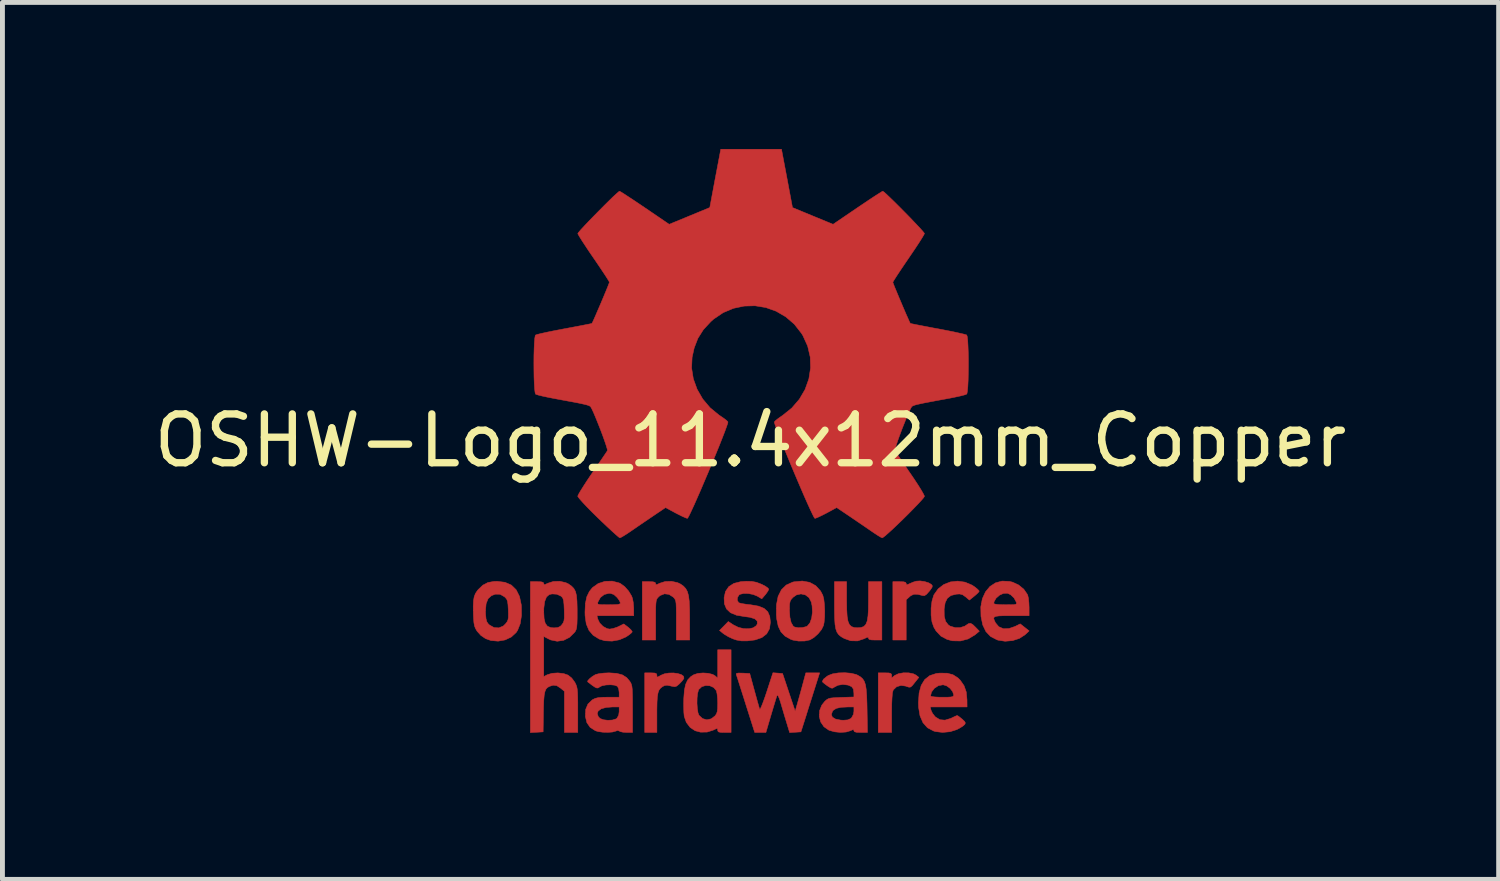
<source format=kicad_pcb>
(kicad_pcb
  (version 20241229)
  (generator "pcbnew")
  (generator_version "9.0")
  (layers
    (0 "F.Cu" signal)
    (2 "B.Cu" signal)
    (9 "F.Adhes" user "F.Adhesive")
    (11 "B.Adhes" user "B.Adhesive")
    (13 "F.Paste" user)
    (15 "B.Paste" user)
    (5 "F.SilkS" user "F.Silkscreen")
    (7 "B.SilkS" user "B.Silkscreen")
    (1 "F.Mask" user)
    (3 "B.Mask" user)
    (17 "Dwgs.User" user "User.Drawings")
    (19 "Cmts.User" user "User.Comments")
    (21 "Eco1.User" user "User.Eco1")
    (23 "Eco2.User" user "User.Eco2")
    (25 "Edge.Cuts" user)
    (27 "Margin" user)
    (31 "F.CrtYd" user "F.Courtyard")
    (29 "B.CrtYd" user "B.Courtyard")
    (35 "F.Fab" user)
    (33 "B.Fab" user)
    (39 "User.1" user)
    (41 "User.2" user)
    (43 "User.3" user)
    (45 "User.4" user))
  (footprint "OSHW-Logo_11.4x12mm_Copper"
    (layer "F.Cu")
    (at 12.315 5.969)
    (property "Reference" "OSHW-Logo_11.4x12mm_Copper" (at 0 0 0) (layer "F.SilkS") (effects (font (size 1 1) (thickness 0.15))))
    (attr exclude_from_pos_files exclude_from_bom)
    (fp_poly (pts (xy 3.564 2.887) (xy 3.649 2.914) (xy 3.704 2.947) (xy 3.722 2.973) (xy 3.717 3.004) (xy 3.685 3.053) (xy 3.658 3.087) (xy 3.602 3.149) (xy 3.56 3.176) (xy 3.524 3.174) (xy 3.418 3.147) (xy 3.34 3.148) (xy 3.277 3.179) (xy 3.256 3.197) (xy 3.187 3.26) (xy 3.187 4.084) (xy 2.914 4.084) (xy 2.914 2.889) (xy 3.05 2.889) (xy 3.133 2.892) (xy 3.175 2.903) (xy 3.187 2.926) (xy 3.187 2.927) (xy 3.193 2.95) (xy 3.22 2.947) (xy 3.256 2.93) (xy 3.331 2.898) (xy 3.392 2.879) (xy 3.471 2.874) (xy 3.564 2.887)) (stroke (width 0.01) (type solid)) (fill yes) (layer "F.Cu"))
    (fp_poly (pts (xy 3.238 4.756) (xy 3.334 4.775) (xy 3.389 4.803) (xy 3.446 4.849) (xy 3.364 4.952) (xy 3.314 5.014) (xy 3.28 5.045) (xy 3.246 5.05) (xy 3.196 5.035) (xy 3.173 5.026) (xy 3.078 5.014) (xy 2.991 5.04) (xy 2.927 5.101) (xy 2.917 5.12) (xy 2.905 5.171) (xy 2.897 5.266) (xy 2.891 5.396) (xy 2.889 5.556) (xy 2.889 5.579) (xy 2.889 5.976) (xy 2.615 5.976) (xy 2.615 4.756) (xy 2.752 4.756) (xy 2.831 4.758) (xy 2.872 4.768) (xy 2.887 4.788) (xy 2.889 4.808) (xy 2.889 4.859) (xy 2.954 4.808) (xy 3.029 4.773) (xy 3.131 4.755) (xy 3.238 4.756)) (stroke (width 0.01) (type solid)) (fill yes) (layer "F.Cu"))
    (fp_poly (pts (xy -1.967 4.759) (xy -1.93 4.77) (xy -1.918 4.795) (xy -1.917 4.806) (xy -1.915 4.837) (xy -1.9 4.841) (xy -1.86 4.82) (xy -1.837 4.806) (xy -1.761 4.775) (xy -1.672 4.76) (xy -1.577 4.758) (xy -1.489 4.77) (xy -1.417 4.792) (xy -1.372 4.824) (xy -1.363 4.865) (xy -1.367 4.875) (xy -1.4 4.921) (xy -1.452 4.976) (xy -1.461 4.985) (xy -1.51 5.026) (xy -1.552 5.04) (xy -1.611 5.03) (xy -1.635 5.024) (xy -1.708 5.009) (xy -1.76 5.016) (xy -1.804 5.039) (xy -1.844 5.071) (xy -1.874 5.111) (xy -1.894 5.166) (xy -1.907 5.245) (xy -1.914 5.355) (xy -1.917 5.503) (xy -1.917 5.592) (xy -1.917 5.976) (xy -2.166 5.976) (xy -2.166 4.756) (xy -2.042 4.756) (xy -1.967 4.759)) (stroke (width 0.01) (type solid)) (fill yes) (layer "F.Cu"))
    (fp_poly (pts (xy 1.967 3.276) (xy 1.97 3.459) (xy 1.978 3.598) (xy 1.995 3.698) (xy 2.023 3.766) (xy 2.065 3.808) (xy 2.121 3.828) (xy 2.191 3.833) (xy 2.265 3.827) (xy 2.321 3.806) (xy 2.361 3.763) (xy 2.389 3.694) (xy 2.405 3.591) (xy 2.413 3.451) (xy 2.415 3.276) (xy 2.415 2.889) (xy 2.689 2.889) (xy 2.689 4.084) (xy 2.552 4.084) (xy 2.47 4.081) (xy 2.427 4.069) (xy 2.415 4.047) (xy 2.408 4.027) (xy 2.38 4.031) (xy 2.322 4.059) (xy 2.191 4.102) (xy 2.051 4.099) (xy 1.918 4.052) (xy 1.854 4.015) (xy 1.806 3.975) (xy 1.77 3.924) (xy 1.746 3.857) (xy 1.73 3.765) (xy 1.722 3.642) (xy 1.719 3.481) (xy 1.718 3.356) (xy 1.718 2.889) (xy 1.967 2.889) (xy 1.967 3.276)) (stroke (width 0.01) (type solid)) (fill yes) (layer "F.Cu"))
    (fp_poly (pts (xy -1.493 2.909) (xy -1.431 2.939) (xy -1.371 2.982) (xy -1.326 3.031) (xy -1.292 3.094) (xy -1.269 3.177) (xy -1.255 3.288) (xy -1.248 3.434) (xy -1.246 3.622) (xy -1.246 3.642) (xy -1.245 4.084) (xy -1.519 4.084) (xy -1.519 3.676) (xy -1.519 3.525) (xy -1.521 3.416) (xy -1.524 3.34) (xy -1.531 3.289) (xy -1.543 3.255) (xy -1.56 3.229) (xy -1.585 3.203) (xy -1.67 3.149) (xy -1.762 3.138) (xy -1.851 3.173) (xy -1.881 3.199) (xy -1.904 3.223) (xy -1.92 3.249) (xy -1.931 3.285) (xy -1.937 3.339) (xy -1.941 3.418) (xy -1.942 3.533) (xy -1.942 3.672) (xy -1.942 4.084) (xy -2.216 4.084) (xy -2.216 2.889) (xy -2.079 2.889) (xy -1.997 2.892) (xy -1.955 2.903) (xy -1.942 2.926) (xy -1.942 2.927) (xy -1.937 2.949) (xy -1.911 2.946) (xy -1.861 2.922) (xy -1.748 2.886) (xy -1.618 2.882) (xy -1.493 2.909)) (stroke (width 0.01) (type solid)) (fill yes) (layer "F.Cu"))
    (fp_poly (pts (xy 4.391 2.899) (xy 4.535 2.96) (xy 4.581 2.99) (xy 4.639 3.036) (xy 4.675 3.072) (xy 4.682 3.084) (xy 4.664 3.11) (xy 4.618 3.154) (xy 4.581 3.185) (xy 4.481 3.266) (xy 4.402 3.199) (xy 4.341 3.156) (xy 4.281 3.141) (xy 4.213 3.145) (xy 4.104 3.172) (xy 4.03 3.228) (xy 3.985 3.318) (xy 3.964 3.448) (xy 3.964 3.449) (xy 3.966 3.594) (xy 3.993 3.701) (xy 4.049 3.774) (xy 4.086 3.799) (xy 4.186 3.829) (xy 4.293 3.829) (xy 4.386 3.8) (xy 4.408 3.785) (xy 4.463 3.748) (xy 4.506 3.742) (xy 4.552 3.769) (xy 4.604 3.819) (xy 4.685 3.903) (xy 4.595 3.978) (xy 4.455 4.062) (xy 4.298 4.103) (xy 4.134 4.1) (xy 4.026 4.072) (xy 3.899 4.005) (xy 3.798 3.898) (xy 3.753 3.822) (xy 3.715 3.714) (xy 3.697 3.577) (xy 3.697 3.429) (xy 3.715 3.286) (xy 3.751 3.167) (xy 3.757 3.155) (xy 3.842 3.035) (xy 3.957 2.947) (xy 4.093 2.894) (xy 4.24 2.878) (xy 4.391 2.899)) (stroke (width 0.01) (type solid)) (fill yes) (layer "F.Cu"))
    (fp_poly (pts (xy 1.21 2.903) (xy 1.336 2.972) (xy 1.434 3.08) (xy 1.48 3.168) (xy 1.5 3.246) (xy 1.513 3.357) (xy 1.519 3.485) (xy 1.517 3.613) (xy 1.506 3.726) (xy 1.494 3.786) (xy 1.454 3.868) (xy 1.383 3.956) (xy 1.298 4.032) (xy 1.214 4.082) (xy 1.212 4.082) (xy 1.108 4.104) (xy 0.985 4.105) (xy 0.867 4.085) (xy 0.822 4.069) (xy 0.705 4.003) (xy 0.622 3.916) (xy 0.567 3.801) (xy 0.536 3.651) (xy 0.529 3.572) (xy 0.53 3.473) (xy 0.797 3.473) (xy 0.806 3.618) (xy 0.832 3.728) (xy 0.873 3.798) (xy 0.902 3.818) (xy 0.977 3.832) (xy 1.066 3.828) (xy 1.144 3.808) (xy 1.164 3.797) (xy 1.217 3.732) (xy 1.252 3.633) (xy 1.267 3.513) (xy 1.26 3.383) (xy 1.244 3.306) (xy 1.197 3.216) (xy 1.123 3.16) (xy 1.033 3.14) (xy 0.941 3.16) (xy 0.87 3.21) (xy 0.832 3.252) (xy 0.811 3.292) (xy 0.8 3.347) (xy 0.797 3.432) (xy 0.797 3.473) (xy 0.53 3.473) (xy 0.531 3.362) (xy 0.565 3.189) (xy 0.632 3.055) (xy 0.731 2.958) (xy 0.862 2.899) (xy 0.89 2.892) (xy 1.06 2.876) (xy 1.21 2.903)) (stroke (width 0.01) (type solid)) (fill yes) (layer "F.Cu"))
    (fp_poly (pts (xy 0.558 4.761) (xy 0.656 4.769) (xy 0.785 5.155) (xy 0.914 5.541) (xy 0.954 5.404) (xy 0.978 5.319) (xy 1.01 5.205) (xy 1.045 5.079) (xy 1.063 5.012) (xy 1.132 4.756) (xy 1.415 4.756) (xy 1.33 5.024) (xy 1.288 5.156) (xy 1.238 5.314) (xy 1.185 5.48) (xy 1.139 5.628) (xy 1.032 5.964) (xy 0.801 5.979) (xy 0.738 5.772) (xy 0.699 5.644) (xy 0.657 5.502) (xy 0.62 5.377) (xy 0.619 5.372) (xy 0.592 5.288) (xy 0.567 5.23) (xy 0.55 5.208) (xy 0.547 5.21) (xy 0.534 5.244) (xy 0.511 5.317) (xy 0.48 5.419) (xy 0.443 5.542) (xy 0.423 5.609) (xy 0.315 5.976) (xy 0.086 5.976) (xy -0.098 5.397) (xy -0.149 5.235) (xy -0.196 5.088) (xy -0.236 4.962) (xy -0.267 4.865) (xy -0.287 4.804) (xy -0.293 4.786) (xy -0.288 4.768) (xy -0.251 4.76) (xy -0.173 4.761) (xy -0.16 4.761) (xy -0.016 4.769) (xy 0.079 5.117) (xy 0.114 5.244) (xy 0.145 5.356) (xy 0.17 5.443) (xy 0.185 5.495) (xy 0.188 5.503) (xy 0.2 5.494) (xy 0.224 5.443) (xy 0.257 5.359) (xy 0.297 5.248) (xy 0.331 5.147) (xy 0.459 4.754) (xy 0.558 4.761)) (stroke (width 0.01) (type solid)) (fill yes) (layer "F.Cu"))
    (fp_poly (pts (xy -5.027 2.902) (xy -4.896 2.959) (xy -4.798 3.055) (xy -4.73 3.19) (xy -4.693 3.364) (xy -4.691 3.391) (xy -4.689 3.582) (xy -4.715 3.75) (xy -4.769 3.886) (xy -4.798 3.93) (xy -4.898 4.022) (xy -5.025 4.082) (xy -5.168 4.107) (xy -5.314 4.094) (xy -5.424 4.055) (xy -5.52 3.99) (xy -5.597 3.904) (xy -5.599 3.902) (xy -5.63 3.849) (xy -5.651 3.795) (xy -5.663 3.728) (xy -5.671 3.633) (xy -5.674 3.555) (xy -5.675 3.484) (xy -5.426 3.484) (xy -5.424 3.554) (xy -5.415 3.648) (xy -5.399 3.708) (xy -5.371 3.751) (xy -5.345 3.776) (xy -5.252 3.828) (xy -5.154 3.835) (xy -5.063 3.798) (xy -5.018 3.755) (xy -4.985 3.713) (xy -4.966 3.672) (xy -4.957 3.619) (xy -4.957 3.54) (xy -4.959 3.467) (xy -4.965 3.363) (xy -4.974 3.295) (xy -4.99 3.251) (xy -5.017 3.217) (xy -5.038 3.198) (xy -5.127 3.147) (xy -5.223 3.145) (xy -5.303 3.175) (xy -5.372 3.237) (xy -5.413 3.34) (xy -5.426 3.484) (xy -5.675 3.484) (xy -5.677 3.4) (xy -5.672 3.284) (xy -5.657 3.196) (xy -5.63 3.128) (xy -5.588 3.067) (xy -5.573 3.049) (xy -5.478 2.959) (xy -5.375 2.906) (xy -5.25 2.884) (xy -5.189 2.882) (xy -5.027 2.902)) (stroke (width 0.01) (type solid)) (fill yes) (layer "F.Cu"))
    (fp_poly (pts (xy -0.398 5.976) (xy -0.535 5.976) (xy -0.615 5.974) (xy -0.656 5.964) (xy -0.671 5.944) (xy -0.672 5.929) (xy -0.675 5.901) (xy -0.691 5.895) (xy -0.732 5.913) (xy -0.765 5.929) (xy -0.889 5.968) (xy -1.024 5.97) (xy -1.134 5.941) (xy -1.237 5.872) (xy -1.315 5.769) (xy -1.357 5.647) (xy -1.358 5.64) (xy -1.365 5.566) (xy -1.368 5.46) (xy -1.368 5.379) (xy -1.096 5.379) (xy -1.089 5.486) (xy -1.075 5.574) (xy -1.056 5.624) (xy -0.982 5.692) (xy -0.895 5.717) (xy -0.805 5.697) (xy -0.728 5.638) (xy -0.699 5.598) (xy -0.682 5.551) (xy -0.674 5.482) (xy -0.672 5.379) (xy -0.676 5.276) (xy -0.685 5.186) (xy -0.698 5.126) (xy -0.7 5.12) (xy -0.754 5.056) (xy -0.831 5.021) (xy -0.918 5.015) (xy -0.998 5.039) (xy -1.058 5.095) (xy -1.064 5.106) (xy -1.083 5.173) (xy -1.094 5.269) (xy -1.096 5.379) (xy -1.368 5.379) (xy -1.368 5.338) (xy -1.366 5.273) (xy -1.354 5.111) (xy -1.328 4.99) (xy -1.286 4.9) (xy -1.224 4.834) (xy -1.163 4.795) (xy -1.078 4.767) (xy -0.972 4.758) (xy -0.864 4.765) (xy -0.772 4.789) (xy -0.723 4.818) (xy -0.672 4.864) (xy -0.672 4.283) (xy -0.398 4.283) (xy -0.398 5.976)) (stroke (width 0.01) (type solid)) (fill yes) (layer "F.Cu"))
    (fp_poly (pts (xy 5.303 2.884) (xy 5.367 2.9) (xy 5.489 2.957) (xy 5.594 3.043) (xy 5.666 3.147) (xy 5.676 3.17) (xy 5.69 3.231) (xy 5.699 3.322) (xy 5.703 3.413) (xy 5.703 3.586) (xy 5.341 3.586) (xy 5.193 3.586) (xy 5.088 3.59) (xy 5.021 3.599) (xy 4.987 3.616) (xy 4.979 3.643) (xy 4.992 3.684) (xy 5.016 3.732) (xy 5.082 3.811) (xy 5.174 3.851) (xy 5.286 3.85) (xy 5.412 3.807) (xy 5.522 3.753) (xy 5.613 3.825) (xy 5.704 3.897) (xy 5.619 3.976) (xy 5.504 4.051) (xy 5.364 4.096) (xy 5.212 4.109) (xy 5.066 4.086) (xy 5.043 4.078) (xy 4.914 4.011) (xy 4.819 3.911) (xy 4.754 3.775) (xy 4.718 3.6) (xy 4.718 3.597) (xy 4.714 3.406) (xy 4.727 3.338) (xy 4.98 3.338) (xy 5.004 3.348) (xy 5.067 3.357) (xy 5.16 3.361) (xy 5.219 3.362) (xy 5.329 3.361) (xy 5.397 3.359) (xy 5.433 3.351) (xy 5.446 3.337) (xy 5.443 3.315) (xy 5.44 3.306) (xy 5.395 3.223) (xy 5.325 3.156) (xy 5.263 3.127) (xy 5.181 3.128) (xy 5.098 3.165) (xy 5.028 3.226) (xy 4.986 3.299) (xy 4.98 3.338) (xy 4.727 3.338) (xy 4.746 3.238) (xy 4.81 3.098) (xy 4.901 2.988) (xy 5.016 2.913) (xy 5.151 2.877) (xy 5.303 2.884)) (stroke (width 0.01) (type solid)) (fill yes) (layer "F.Cu"))
    (fp_poly (pts (xy 0.028 2.884) (xy 0.122 2.902) (xy 0.22 2.94) (xy 0.23 2.944) (xy 0.305 2.983) (xy 0.356 3.02) (xy 0.373 3.043) (xy 0.357 3.081) (xy 0.318 3.137) (xy 0.301 3.158) (xy 0.231 3.24) (xy 0.14 3.186) (xy 0.054 3.151) (xy -0.045 3.132) (xy -0.141 3.13) (xy -0.215 3.148) (xy -0.233 3.159) (xy -0.266 3.211) (xy -0.271 3.27) (xy -0.245 3.316) (xy -0.23 3.324) (xy -0.186 3.336) (xy -0.107 3.349) (xy -0.01 3.361) (xy 0.008 3.363) (xy 0.164 3.39) (xy 0.278 3.436) (xy 0.353 3.505) (xy 0.394 3.601) (xy 0.407 3.719) (xy 0.389 3.852) (xy 0.331 3.957) (xy 0.232 4.034) (xy 0.093 4.082) (xy -0.062 4.101) (xy -0.189 4.101) (xy -0.291 4.083) (xy -0.361 4.059) (xy -0.45 4.018) (xy -0.531 3.97) (xy -0.56 3.949) (xy -0.635 3.888) (xy -0.545 3.797) (xy -0.455 3.705) (xy -0.352 3.773) (xy -0.25 3.824) (xy -0.14 3.851) (xy -0.034 3.853) (xy 0.056 3.833) (xy 0.119 3.789) (xy 0.139 3.753) (xy 0.136 3.694) (xy 0.085 3.649) (xy -0.013 3.618) (xy -0.121 3.604) (xy -0.287 3.576) (xy -0.41 3.525) (xy -0.492 3.447) (xy -0.535 3.343) (xy -0.541 3.218) (xy -0.512 3.089) (xy -0.445 2.991) (xy -0.34 2.924) (xy -0.196 2.888) (xy -0.089 2.881) (xy 0.028 2.884)) (stroke (width 0.01) (type solid)) (fill yes) (layer "F.Cu"))
    (fp_poly (pts (xy 4.025 4.763) (xy 4.144 4.794) (xy 4.244 4.858) (xy 4.292 4.905) (xy 4.371 5.018) (xy 4.417 5.149) (xy 4.432 5.31) (xy 4.432 5.323) (xy 4.433 5.454) (xy 3.68 5.454) (xy 3.696 5.522) (xy 3.725 5.584) (xy 3.776 5.649) (xy 3.786 5.659) (xy 3.877 5.715) (xy 3.981 5.724) (xy 4.101 5.688) (xy 4.121 5.678) (xy 4.183 5.648) (xy 4.225 5.63) (xy 4.232 5.629) (xy 4.258 5.644) (xy 4.306 5.682) (xy 4.331 5.702) (xy 4.382 5.75) (xy 4.398 5.781) (xy 4.387 5.81) (xy 4.38 5.817) (xy 4.338 5.852) (xy 4.269 5.894) (xy 4.221 5.918) (xy 4.084 5.961) (xy 3.932 5.975) (xy 3.788 5.958) (xy 3.748 5.946) (xy 3.623 5.88) (xy 3.531 5.777) (xy 3.47 5.637) (xy 3.44 5.459) (xy 3.437 5.366) (xy 3.447 5.231) (xy 3.685 5.231) (xy 3.709 5.241) (xy 3.771 5.249) (xy 3.861 5.254) (xy 3.922 5.254) (xy 4.032 5.254) (xy 4.101 5.25) (xy 4.14 5.242) (xy 4.156 5.227) (xy 4.159 5.205) (xy 4.137 5.138) (xy 4.084 5.072) (xy 4.013 5.021) (xy 3.942 5) (xy 3.846 5.018) (xy 3.763 5.072) (xy 3.705 5.149) (xy 3.685 5.231) (xy 3.447 5.231) (xy 3.451 5.169) (xy 3.494 5.012) (xy 3.566 4.894) (xy 3.668 4.813) (xy 3.802 4.769) (xy 3.875 4.761) (xy 4.025 4.763)) (stroke (width 0.01) (type solid)) (fill yes) (layer "F.Cu"))
    (fp_poly (pts (xy -2.687 2.916) (xy -2.662 2.928) (xy -2.576 2.991) (xy -2.495 3.083) (xy -2.434 3.184) (xy -2.417 3.23) (xy -2.401 3.313) (xy -2.392 3.414) (xy -2.391 3.455) (xy -2.391 3.586) (xy -3.143 3.586) (xy -3.127 3.654) (xy -3.088 3.735) (xy -3.019 3.805) (xy -2.937 3.85) (xy -2.885 3.86) (xy -2.814 3.848) (xy -2.73 3.82) (xy -2.701 3.807) (xy -2.595 3.754) (xy -2.504 3.823) (xy -2.452 3.87) (xy -2.424 3.908) (xy -2.423 3.919) (xy -2.448 3.947) (xy -2.502 3.989) (xy -2.551 4.021) (xy -2.685 4.079) (xy -2.834 4.106) (xy -2.982 4.099) (xy -3.1 4.063) (xy -3.222 3.986) (xy -3.308 3.885) (xy -3.363 3.754) (xy -3.387 3.587) (xy -3.389 3.511) (xy -3.381 3.337) (xy -3.38 3.332) (xy -3.13 3.332) (xy -3.123 3.348) (xy -3.095 3.357) (xy -3.037 3.361) (xy -2.94 3.362) (xy -2.903 3.362) (xy -2.789 3.36) (xy -2.717 3.356) (xy -2.679 3.346) (xy -2.665 3.33) (xy -2.665 3.325) (xy -2.68 3.284) (xy -2.719 3.228) (xy -2.736 3.208) (xy -2.798 3.152) (xy -2.864 3.13) (xy -2.899 3.128) (xy -2.993 3.151) (xy -3.073 3.213) (xy -3.123 3.303) (xy -3.124 3.306) (xy -3.13 3.332) (xy -3.38 3.332) (xy -3.352 3.199) (xy -3.299 3.089) (xy -3.236 3.011) (xy -3.118 2.927) (xy -2.979 2.882) (xy -2.831 2.878) (xy -2.687 2.916)) (stroke (width 0.01) (type solid)) (fill yes) (layer "F.Cu"))
    (fp_poly (pts (xy 2.056 4.764) (xy 2.161 4.789) (xy 2.192 4.803) (xy 2.251 4.838) (xy 2.296 4.878) (xy 2.329 4.929) (xy 2.353 4.999) (xy 2.368 5.093) (xy 2.378 5.22) (xy 2.384 5.386) (xy 2.386 5.497) (xy 2.394 5.976) (xy 2.256 5.976) (xy 2.171 5.973) (xy 2.128 5.961) (xy 2.117 5.941) (xy 2.111 5.919) (xy 2.084 5.923) (xy 2.048 5.94) (xy 1.958 5.967) (xy 1.842 5.975) (xy 1.72 5.963) (xy 1.611 5.932) (xy 1.602 5.928) (xy 1.503 5.859) (xy 1.437 5.762) (xy 1.407 5.649) (xy 1.41 5.608) (xy 1.655 5.608) (xy 1.676 5.663) (xy 1.74 5.702) (xy 1.844 5.723) (xy 1.899 5.726) (xy 1.991 5.719) (xy 2.052 5.691) (xy 2.067 5.678) (xy 2.107 5.606) (xy 2.117 5.541) (xy 2.117 5.454) (xy 1.995 5.454) (xy 1.854 5.461) (xy 1.755 5.483) (xy 1.693 5.523) (xy 1.679 5.541) (xy 1.655 5.608) (xy 1.41 5.608) (xy 1.414 5.53) (xy 1.459 5.417) (xy 1.52 5.34) (xy 1.557 5.307) (xy 1.594 5.285) (xy 1.641 5.272) (xy 1.711 5.265) (xy 1.815 5.26) (xy 1.857 5.258) (xy 2.117 5.25) (xy 2.116 5.171) (xy 2.106 5.088) (xy 2.07 5.038) (xy 1.996 5.006) (xy 1.994 5.006) (xy 1.89 4.993) (xy 1.788 5.01) (xy 1.712 5.05) (xy 1.682 5.069) (xy 1.649 5.067) (xy 1.599 5.038) (xy 1.569 5.018) (xy 1.511 4.975) (xy 1.475 4.943) (xy 1.47 4.933) (xy 1.493 4.886) (xy 1.563 4.829) (xy 1.594 4.809) (xy 1.681 4.776) (xy 1.799 4.757) (xy 1.93 4.753) (xy 2.056 4.764)) (stroke (width 0.01) (type solid)) (fill yes) (layer "F.Cu"))
    (fp_poly (pts (xy -2.741 4.766) (xy -2.624 4.797) (xy -2.535 4.854) (xy -2.472 4.928) (xy -2.452 4.96) (xy -2.438 4.993) (xy -2.428 5.035) (xy -2.421 5.095) (xy -2.418 5.179) (xy -2.416 5.296) (xy -2.416 5.453) (xy -2.415 5.495) (xy -2.415 5.976) (xy -2.535 5.976) (xy -2.611 5.971) (xy -2.668 5.958) (xy -2.682 5.949) (xy -2.72 5.935) (xy -2.76 5.949) (xy -2.825 5.967) (xy -2.919 5.974) (xy -3.024 5.971) (xy -3.119 5.958) (xy -3.175 5.941) (xy -3.283 5.872) (xy -3.35 5.776) (xy -3.381 5.648) (xy -3.381 5.645) (xy -3.378 5.588) (xy -3.138 5.588) (xy -3.117 5.652) (xy -3.082 5.689) (xy -3.013 5.716) (xy -2.923 5.727) (xy -2.83 5.722) (xy -2.756 5.7) (xy -2.735 5.686) (xy -2.699 5.622) (xy -2.689 5.549) (xy -2.689 5.454) (xy -2.827 5.454) (xy -2.958 5.464) (xy -3.057 5.492) (xy -3.119 5.537) (xy -3.138 5.588) (xy -3.378 5.588) (xy -3.375 5.505) (xy -3.328 5.394) (xy -3.242 5.311) (xy -3.23 5.303) (xy -3.178 5.278) (xy -3.115 5.263) (xy -3.026 5.256) (xy -2.92 5.254) (xy -2.689 5.254) (xy -2.689 5.158) (xy -2.699 5.083) (xy -2.724 5.033) (xy -2.727 5.03) (xy -2.783 5.008) (xy -2.866 5) (xy -2.959 5.004) (xy -3.041 5.02) (xy -3.089 5.044) (xy -3.116 5.063) (xy -3.143 5.067) (xy -3.182 5.051) (xy -3.24 5.012) (xy -3.327 4.945) (xy -3.335 4.939) (xy -3.331 4.916) (xy -3.296 4.877) (xy -3.245 4.835) (xy -3.188 4.799) (xy -3.17 4.79) (xy -3.104 4.773) (xy -3.008 4.761) (xy -2.901 4.756) (xy -2.896 4.756) (xy -2.741 4.766)) (stroke (width 0.01) (type solid)) (fill yes) (layer "F.Cu"))
    (fp_poly (pts (xy -3.78 2.91) (xy -3.728 2.935) (xy -3.663 2.981) (xy -3.616 3.03) (xy -3.583 3.092) (xy -3.563 3.175) (xy -3.553 3.288) (xy -3.549 3.438) (xy -3.549 3.503) (xy -3.549 3.645) (xy -3.552 3.747) (xy -3.558 3.817) (xy -3.568 3.865) (xy -3.584 3.901) (xy -3.6 3.925) (xy -3.704 4.028) (xy -3.826 4.09) (xy -3.958 4.109) (xy -4.091 4.082) (xy -4.133 4.062) (xy -4.233 4.01) (xy -4.233 4.832) (xy -4.16 4.794) (xy -4.063 4.765) (xy -3.944 4.757) (xy -3.825 4.771) (xy -3.736 4.802) (xy -3.661 4.862) (xy -3.598 4.947) (xy -3.593 4.956) (xy -3.573 4.997) (xy -3.558 5.038) (xy -3.548 5.089) (xy -3.541 5.156) (xy -3.538 5.249) (xy -3.536 5.377) (xy -3.536 5.52) (xy -3.536 5.976) (xy -3.81 5.976) (xy -3.81 5.134) (xy -3.887 5.07) (xy -3.966 5.018) (xy -4.042 5.009) (xy -4.117 5.033) (xy -4.158 5.057) (xy -4.188 5.09) (xy -4.209 5.141) (xy -4.224 5.216) (xy -4.233 5.323) (xy -4.238 5.469) (xy -4.24 5.566) (xy -4.246 5.964) (xy -4.377 5.972) (xy -4.507 5.979) (xy -4.507 3.507) (xy -4.233 3.507) (xy -4.226 3.644) (xy -4.203 3.74) (xy -4.159 3.8) (xy -4.091 3.829) (xy -4.022 3.835) (xy -3.944 3.828) (xy -3.892 3.802) (xy -3.859 3.766) (xy -3.834 3.729) (xy -3.819 3.687) (xy -3.812 3.628) (xy -3.812 3.539) (xy -3.814 3.465) (xy -3.819 3.354) (xy -3.827 3.281) (xy -3.84 3.234) (xy -3.861 3.203) (xy -3.881 3.185) (xy -3.965 3.146) (xy -4.063 3.14) (xy -4.12 3.153) (xy -4.176 3.201) (xy -4.214 3.295) (xy -4.232 3.433) (xy -4.233 3.507) (xy -4.507 3.507) (xy -4.507 2.889) (xy -4.37 2.889) (xy -4.288 2.892) (xy -4.246 2.903) (xy -4.233 2.926) (xy -4.233 2.927) (xy -4.228 2.949) (xy -4.202 2.946) (xy -4.152 2.922) (xy -4.036 2.885) (xy -3.905 2.881) (xy -3.78 2.91)) (stroke (width 0.01) (type solid)) (fill yes) (layer "F.Cu"))
    (fp_poly (pts (xy 0.747 -5.367) (xy 0.859 -4.77) (xy 1.275 -4.598) (xy 1.69 -4.427) (xy 2.188 -4.766) (xy 2.328 -4.86) (xy 2.454 -4.945) (xy 2.561 -5.015) (xy 2.643 -5.067) (xy 2.693 -5.098) (xy 2.707 -5.105) (xy 2.732 -5.088) (xy 2.785 -5.041) (xy 2.86 -4.969) (xy 2.952 -4.88) (xy 3.054 -4.778) (xy 3.161 -4.67) (xy 3.266 -4.563) (xy 3.363 -4.461) (xy 3.447 -4.372) (xy 3.512 -4.301) (xy 3.552 -4.253) (xy 3.561 -4.238) (xy 3.547 -4.209) (xy 3.509 -4.145) (xy 3.451 -4.053) (xy 3.376 -3.939) (xy 3.288 -3.809) (xy 3.237 -3.734) (xy 3.145 -3.599) (xy 3.063 -3.477) (xy 2.995 -3.374) (xy 2.945 -3.296) (xy 2.918 -3.25) (xy 2.914 -3.24) (xy 2.923 -3.213) (xy 2.948 -3.149) (xy 2.986 -3.057) (xy 3.032 -2.946) (xy 3.083 -2.826) (xy 3.134 -2.706) (xy 3.182 -2.594) (xy 3.224 -2.5) (xy 3.254 -2.432) (xy 3.271 -2.399) (xy 3.272 -2.398) (xy 3.297 -2.392) (xy 3.364 -2.378) (xy 3.466 -2.358) (xy 3.597 -2.333) (xy 3.748 -2.304) (xy 3.837 -2.288) (xy 3.998 -2.257) (xy 4.145 -2.228) (xy 4.268 -2.201) (xy 4.36 -2.18) (xy 4.415 -2.165) (xy 4.426 -2.16) (xy 4.437 -2.127) (xy 4.446 -2.053) (xy 4.452 -1.947) (xy 4.457 -1.817) (xy 4.46 -1.671) (xy 4.46 -1.519) (xy 4.458 -1.369) (xy 4.455 -1.23) (xy 4.449 -1.11) (xy 4.441 -1.018) (xy 4.431 -0.962) (xy 4.425 -0.951) (xy 4.39 -0.937) (xy 4.316 -0.917) (xy 4.212 -0.894) (xy 4.089 -0.869) (xy 4.046 -0.861) (xy 3.838 -0.823) (xy 3.674 -0.792) (xy 3.548 -0.768) (xy 3.455 -0.748) (xy 3.389 -0.733) (xy 3.346 -0.719) (xy 3.318 -0.707) (xy 3.302 -0.696) (xy 3.3 -0.693) (xy 3.278 -0.656) (xy 3.243 -0.583) (xy 3.2 -0.483) (xy 3.153 -0.366) (xy 3.103 -0.241) (xy 3.056 -0.115) (xy 3.014 0.001) (xy 2.981 0.099) (xy 2.96 0.171) (xy 2.954 0.206) (xy 2.954 0.207) (xy 2.973 0.236) (xy 3.016 0.299) (xy 3.078 0.39) (xy 3.154 0.502) (xy 3.241 0.629) (xy 3.266 0.665) (xy 3.355 0.796) (xy 3.433 0.915) (xy 3.496 1.016) (xy 3.539 1.092) (xy 3.56 1.136) (xy 3.561 1.142) (xy 3.544 1.17) (xy 3.496 1.226) (xy 3.424 1.304) (xy 3.334 1.397) (xy 3.232 1.501) (xy 3.124 1.608) (xy 3.016 1.712) (xy 2.914 1.809) (xy 2.825 1.89) (xy 2.755 1.952) (xy 2.709 1.986) (xy 2.696 1.992) (xy 2.667 1.979) (xy 2.607 1.943) (xy 2.526 1.89) (xy 2.463 1.847) (xy 2.35 1.769) (xy 2.216 1.678) (xy 2.081 1.586) (xy 2.009 1.537) (xy 1.764 1.372) (xy 1.559 1.483) (xy 1.465 1.531) (xy 1.385 1.569) (xy 1.331 1.591) (xy 1.318 1.594) (xy 1.301 1.572) (xy 1.269 1.509) (xy 1.223 1.412) (xy 1.165 1.285) (xy 1.099 1.136) (xy 1.027 0.969) (xy 0.951 0.791) (xy 0.873 0.607) (xy 0.796 0.422) (xy 0.723 0.244) (xy 0.655 0.077) (xy 0.596 -0.072) (xy 0.547 -0.199) (xy 0.511 -0.297) (xy 0.491 -0.36) (xy 0.488 -0.381) (xy 0.513 -0.409) (xy 0.57 -0.454) (xy 0.644 -0.506) (xy 0.651 -0.51) (xy 0.844 -0.665) (xy 1 -0.846) (xy 1.117 -1.046) (xy 1.194 -1.261) (xy 1.229 -1.484) (xy 1.222 -1.71) (xy 1.17 -1.933) (xy 1.073 -2.147) (xy 1.044 -2.194) (xy 0.896 -2.383) (xy 0.72 -2.534) (xy 0.524 -2.648) (xy 0.313 -2.723) (xy 0.093 -2.759) (xy -0.13 -2.753) (xy -0.349 -2.707) (xy -0.559 -2.619) (xy -0.753 -2.488) (xy -0.813 -2.435) (xy -0.966 -2.269) (xy -1.077 -2.093) (xy -1.153 -1.897) (xy -1.196 -1.703) (xy -1.206 -1.484) (xy -1.171 -1.264) (xy -1.094 -1.051) (xy -0.979 -0.851) (xy -0.829 -0.673) (xy -0.647 -0.523) (xy -0.623 -0.507) (xy -0.548 -0.456) (xy -0.49 -0.411) (xy -0.463 -0.382) (xy -0.462 -0.381) (xy -0.468 -0.35) (xy -0.492 -0.28) (xy -0.53 -0.176) (xy -0.581 -0.045) (xy -0.642 0.109) (xy -0.711 0.278) (xy -0.786 0.458) (xy -0.863 0.643) (xy -0.941 0.826) (xy -1.016 1.003) (xy -1.088 1.167) (xy -1.152 1.312) (xy -1.208 1.433) (xy -1.251 1.524) (xy -1.281 1.579) (xy -1.293 1.594) (xy -1.329 1.582) (xy -1.397 1.552) (xy -1.485 1.508) (xy -1.534 1.483) (xy -1.739 1.372) (xy -1.984 1.537) (xy -2.109 1.622) (xy -2.246 1.715) (xy -2.374 1.803) (xy -2.438 1.847) (xy -2.528 1.908) (xy -2.605 1.956) (xy -2.658 1.986) (xy -2.675 1.992) (xy -2.7 1.975) (xy -2.755 1.928) (xy -2.835 1.856) (xy -2.934 1.764) (xy -3.048 1.656) (xy -3.12 1.587) (xy -3.245 1.464) (xy -3.354 1.353) (xy -3.441 1.26) (xy -3.503 1.19) (xy -3.534 1.147) (xy -3.537 1.138) (xy -3.523 1.105) (xy -3.485 1.038) (xy -3.426 0.944) (xy -3.352 0.829) (xy -3.266 0.701) (xy -3.241 0.665) (xy -3.152 0.535) (xy -3.072 0.418) (xy -3.006 0.321) (xy -2.958 0.25) (xy -2.932 0.211) (xy -2.93 0.207) (xy -2.933 0.176) (xy -2.953 0.108) (xy -2.985 0.013) (xy -3.026 -0.102) (xy -3.073 -0.227) (xy -3.123 -0.353) (xy -3.171 -0.472) (xy -3.214 -0.574) (xy -3.25 -0.65) (xy -3.273 -0.691) (xy -3.275 -0.693) (xy -3.29 -0.705) (xy -3.314 -0.717) (xy -3.355 -0.73) (xy -3.416 -0.745) (xy -3.503 -0.764) (xy -3.622 -0.787) (xy -3.779 -0.816) (xy -3.978 -0.853) (xy -4.021 -0.861) (xy -4.149 -0.886) (xy -4.26 -0.91) (xy -4.345 -0.931) (xy -4.394 -0.947) (xy -4.401 -0.951) (xy -4.411 -0.984) (xy -4.42 -1.058) (xy -4.427 -1.165) (xy -4.432 -1.295) (xy -4.434 -1.441) (xy -4.435 -1.593) (xy -4.434 -1.743) (xy -4.43 -1.882) (xy -4.425 -2.002) (xy -4.417 -2.093) (xy -4.407 -2.148) (xy -4.401 -2.16) (xy -4.369 -2.171) (xy -4.295 -2.19) (xy -4.186 -2.214) (xy -4.051 -2.242) (xy -3.896 -2.272) (xy -3.812 -2.288) (xy -3.652 -2.318) (xy -3.509 -2.345) (xy -3.391 -2.368) (xy -3.304 -2.385) (xy -3.255 -2.396) (xy -3.247 -2.398) (xy -3.233 -2.424) (xy -3.204 -2.487) (xy -3.164 -2.578) (xy -3.117 -2.688) (xy -3.065 -2.808) (xy -3.014 -2.929) (xy -2.967 -3.042) (xy -2.928 -3.137) (xy -2.901 -3.206) (xy -2.889 -3.24) (xy -2.889 -3.241) (xy -2.902 -3.268) (xy -2.94 -3.329) (xy -2.999 -3.42) (xy -3.074 -3.532) (xy -3.161 -3.661) (xy -3.212 -3.735) (xy -3.305 -3.871) (xy -3.387 -3.995) (xy -3.455 -4.099) (xy -3.505 -4.179) (xy -3.532 -4.227) (xy -3.536 -4.238) (xy -3.519 -4.263) (xy -3.473 -4.317) (xy -3.402 -4.394) (xy -3.314 -4.487) (xy -3.214 -4.59) (xy -3.108 -4.698) (xy -3.002 -4.805) (xy -2.902 -4.904) (xy -2.814 -4.99) (xy -2.743 -5.055) (xy -2.697 -5.095) (xy -2.682 -5.105) (xy -2.656 -5.091) (xy -2.596 -5.054) (xy -2.506 -4.995) (xy -2.393 -4.921) (xy -2.262 -4.833) (xy -2.163 -4.766) (xy -1.665 -4.427) (xy -1.25 -4.598) (xy -0.834 -4.77) (xy -0.722 -5.367) (xy -0.609 -5.964) (xy 0.634 -5.964) (xy 0.747 -5.367)) (stroke (width 0.01) (type solid)) (fill yes) (layer "F.Cu"))
    (fp_poly (pts (xy 3.564 2.887) (xy 3.649 2.914) (xy 3.704 2.947) (xy 3.722 2.973) (xy 3.717 3.004) (xy 3.685 3.053) (xy 3.658 3.087) (xy 3.602 3.149) (xy 3.56 3.176) (xy 3.524 3.174) (xy 3.418 3.147) (xy 3.34 3.148) (xy 3.277 3.179) (xy 3.256 3.197) (xy 3.187 3.26) (xy 3.187 4.084) (xy 2.914 4.084) (xy 2.914 2.889) (xy 3.05 2.889) (xy 3.133 2.892) (xy 3.175 2.903) (xy 3.187 2.926) (xy 3.187 2.927) (xy 3.193 2.95) (xy 3.22 2.947) (xy 3.256 2.93) (xy 3.331 2.898) (xy 3.392 2.879) (xy 3.471 2.874) (xy 3.564 2.887)) (stroke (width 0.01) (type solid)) (fill yes) (layer "F.Mask"))
    (fp_poly (pts (xy 3.238 4.756) (xy 3.334 4.775) (xy 3.389 4.803) (xy 3.446 4.849) (xy 3.364 4.952) (xy 3.314 5.014) (xy 3.28 5.045) (xy 3.246 5.05) (xy 3.196 5.035) (xy 3.173 5.026) (xy 3.078 5.014) (xy 2.991 5.04) (xy 2.927 5.101) (xy 2.917 5.12) (xy 2.905 5.171) (xy 2.897 5.266) (xy 2.891 5.396) (xy 2.889 5.556) (xy 2.889 5.579) (xy 2.889 5.976) (xy 2.615 5.976) (xy 2.615 4.756) (xy 2.752 4.756) (xy 2.831 4.758) (xy 2.872 4.768) (xy 2.887 4.788) (xy 2.889 4.808) (xy 2.889 4.859) (xy 2.954 4.808) (xy 3.029 4.773) (xy 3.131 4.755) (xy 3.238 4.756)) (stroke (width 0.01) (type solid)) (fill yes) (layer "F.Mask"))
    (fp_poly (pts (xy -1.967 4.759) (xy -1.93 4.77) (xy -1.918 4.795) (xy -1.917 4.806) (xy -1.915 4.837) (xy -1.9 4.841) (xy -1.86 4.82) (xy -1.837 4.806) (xy -1.761 4.775) (xy -1.672 4.76) (xy -1.577 4.758) (xy -1.489 4.77) (xy -1.417 4.792) (xy -1.372 4.824) (xy -1.363 4.865) (xy -1.367 4.875) (xy -1.4 4.921) (xy -1.452 4.976) (xy -1.461 4.985) (xy -1.51 5.026) (xy -1.552 5.04) (xy -1.611 5.03) (xy -1.635 5.024) (xy -1.708 5.009) (xy -1.76 5.016) (xy -1.804 5.039) (xy -1.844 5.071) (xy -1.874 5.111) (xy -1.894 5.166) (xy -1.907 5.245) (xy -1.914 5.355) (xy -1.917 5.503) (xy -1.917 5.592) (xy -1.917 5.976) (xy -2.166 5.976) (xy -2.166 4.756) (xy -2.042 4.756) (xy -1.967 4.759)) (stroke (width 0.01) (type solid)) (fill yes) (layer "F.Mask"))
    (fp_poly (pts (xy 1.967 3.276) (xy 1.97 3.459) (xy 1.978 3.598) (xy 1.995 3.698) (xy 2.023 3.766) (xy 2.065 3.808) (xy 2.121 3.828) (xy 2.191 3.833) (xy 2.265 3.827) (xy 2.321 3.806) (xy 2.361 3.763) (xy 2.389 3.694) (xy 2.405 3.591) (xy 2.413 3.451) (xy 2.415 3.276) (xy 2.415 2.889) (xy 2.689 2.889) (xy 2.689 4.084) (xy 2.552 4.084) (xy 2.47 4.081) (xy 2.427 4.069) (xy 2.415 4.047) (xy 2.408 4.027) (xy 2.38 4.031) (xy 2.322 4.059) (xy 2.191 4.102) (xy 2.051 4.099) (xy 1.918 4.052) (xy 1.854 4.015) (xy 1.806 3.975) (xy 1.77 3.924) (xy 1.746 3.857) (xy 1.73 3.765) (xy 1.722 3.642) (xy 1.719 3.481) (xy 1.718 3.356) (xy 1.718 2.889) (xy 1.967 2.889) (xy 1.967 3.276)) (stroke (width 0.01) (type solid)) (fill yes) (layer "F.Mask"))
    (fp_poly (pts (xy -1.493 2.909) (xy -1.431 2.939) (xy -1.371 2.982) (xy -1.326 3.031) (xy -1.292 3.094) (xy -1.269 3.177) (xy -1.255 3.288) (xy -1.248 3.434) (xy -1.246 3.622) (xy -1.246 3.642) (xy -1.245 4.084) (xy -1.519 4.084) (xy -1.519 3.676) (xy -1.519 3.525) (xy -1.521 3.416) (xy -1.524 3.34) (xy -1.531 3.289) (xy -1.543 3.255) (xy -1.56 3.229) (xy -1.585 3.203) (xy -1.67 3.149) (xy -1.762 3.138) (xy -1.851 3.173) (xy -1.881 3.199) (xy -1.904 3.223) (xy -1.92 3.249) (xy -1.931 3.285) (xy -1.937 3.339) (xy -1.941 3.418) (xy -1.942 3.533) (xy -1.942 3.672) (xy -1.942 4.084) (xy -2.216 4.084) (xy -2.216 2.889) (xy -2.079 2.889) (xy -1.997 2.892) (xy -1.955 2.903) (xy -1.942 2.926) (xy -1.942 2.927) (xy -1.937 2.949) (xy -1.911 2.946) (xy -1.861 2.922) (xy -1.748 2.886) (xy -1.618 2.882) (xy -1.493 2.909)) (stroke (width 0.01) (type solid)) (fill yes) (layer "F.Mask"))
    (fp_poly (pts (xy 4.391 2.899) (xy 4.535 2.96) (xy 4.581 2.99) (xy 4.639 3.036) (xy 4.675 3.072) (xy 4.682 3.084) (xy 4.664 3.11) (xy 4.618 3.154) (xy 4.581 3.185) (xy 4.481 3.266) (xy 4.402 3.199) (xy 4.341 3.156) (xy 4.281 3.141) (xy 4.213 3.145) (xy 4.104 3.172) (xy 4.03 3.228) (xy 3.985 3.318) (xy 3.964 3.448) (xy 3.964 3.449) (xy 3.966 3.594) (xy 3.993 3.701) (xy 4.049 3.774) (xy 4.086 3.799) (xy 4.186 3.829) (xy 4.293 3.829) (xy 4.386 3.8) (xy 4.408 3.785) (xy 4.463 3.748) (xy 4.506 3.742) (xy 4.552 3.769) (xy 4.604 3.819) (xy 4.685 3.903) (xy 4.595 3.978) (xy 4.455 4.062) (xy 4.298 4.103) (xy 4.134 4.1) (xy 4.026 4.072) (xy 3.899 4.005) (xy 3.798 3.898) (xy 3.753 3.822) (xy 3.715 3.714) (xy 3.697 3.577) (xy 3.697 3.429) (xy 3.715 3.286) (xy 3.751 3.167) (xy 3.757 3.155) (xy 3.842 3.035) (xy 3.957 2.947) (xy 4.093 2.894) (xy 4.24 2.878) (xy 4.391 2.899)) (stroke (width 0.01) (type solid)) (fill yes) (layer "F.Mask"))
    (fp_poly (pts (xy 1.21 2.903) (xy 1.336 2.972) (xy 1.434 3.08) (xy 1.48 3.168) (xy 1.5 3.246) (xy 1.513 3.357) (xy 1.519 3.485) (xy 1.517 3.613) (xy 1.506 3.726) (xy 1.494 3.786) (xy 1.454 3.868) (xy 1.383 3.956) (xy 1.298 4.032) (xy 1.214 4.082) (xy 1.212 4.082) (xy 1.108 4.104) (xy 0.985 4.105) (xy 0.867 4.085) (xy 0.822 4.069) (xy 0.705 4.003) (xy 0.622 3.916) (xy 0.567 3.801) (xy 0.536 3.651) (xy 0.529 3.572) (xy 0.53 3.473) (xy 0.797 3.473) (xy 0.806 3.618) (xy 0.832 3.728) (xy 0.873 3.798) (xy 0.902 3.818) (xy 0.977 3.832) (xy 1.066 3.828) (xy 1.144 3.808) (xy 1.164 3.797) (xy 1.217 3.732) (xy 1.252 3.633) (xy 1.267 3.513) (xy 1.26 3.383) (xy 1.244 3.306) (xy 1.197 3.216) (xy 1.123 3.16) (xy 1.033 3.14) (xy 0.941 3.16) (xy 0.87 3.21) (xy 0.832 3.252) (xy 0.811 3.292) (xy 0.8 3.347) (xy 0.797 3.432) (xy 0.797 3.473) (xy 0.53 3.473) (xy 0.531 3.362) (xy 0.565 3.189) (xy 0.632 3.055) (xy 0.731 2.958) (xy 0.862 2.899) (xy 0.89 2.892) (xy 1.06 2.876) (xy 1.21 2.903)) (stroke (width 0.01) (type solid)) (fill yes) (layer "F.Mask"))
    (fp_poly (pts (xy 0.558 4.761) (xy 0.656 4.769) (xy 0.785 5.155) (xy 0.914 5.541) (xy 0.954 5.404) (xy 0.978 5.319) (xy 1.01 5.205) (xy 1.045 5.079) (xy 1.063 5.012) (xy 1.132 4.756) (xy 1.415 4.756) (xy 1.33 5.024) (xy 1.288 5.156) (xy 1.238 5.314) (xy 1.185 5.48) (xy 1.139 5.628) (xy 1.032 5.964) (xy 0.801 5.979) (xy 0.738 5.772) (xy 0.699 5.644) (xy 0.657 5.502) (xy 0.62 5.377) (xy 0.619 5.372) (xy 0.592 5.288) (xy 0.567 5.23) (xy 0.55 5.208) (xy 0.547 5.21) (xy 0.534 5.244) (xy 0.511 5.317) (xy 0.48 5.419) (xy 0.443 5.542) (xy 0.423 5.609) (xy 0.315 5.976) (xy 0.086 5.976) (xy -0.098 5.397) (xy -0.149 5.235) (xy -0.196 5.088) (xy -0.236 4.962) (xy -0.267 4.865) (xy -0.287 4.804) (xy -0.293 4.786) (xy -0.288 4.768) (xy -0.251 4.76) (xy -0.173 4.761) (xy -0.16 4.761) (xy -0.016 4.769) (xy 0.079 5.117) (xy 0.114 5.244) (xy 0.145 5.356) (xy 0.17 5.443) (xy 0.185 5.495) (xy 0.188 5.503) (xy 0.2 5.494) (xy 0.224 5.443) (xy 0.257 5.359) (xy 0.297 5.248) (xy 0.331 5.147) (xy 0.459 4.754) (xy 0.558 4.761)) (stroke (width 0.01) (type solid)) (fill yes) (layer "F.Mask"))
    (fp_poly (pts (xy -5.027 2.902) (xy -4.896 2.959) (xy -4.798 3.055) (xy -4.73 3.19) (xy -4.693 3.364) (xy -4.691 3.391) (xy -4.689 3.582) (xy -4.715 3.75) (xy -4.769 3.886) (xy -4.798 3.93) (xy -4.898 4.022) (xy -5.025 4.082) (xy -5.168 4.107) (xy -5.314 4.094) (xy -5.424 4.055) (xy -5.52 3.99) (xy -5.597 3.904) (xy -5.599 3.902) (xy -5.63 3.849) (xy -5.651 3.795) (xy -5.663 3.728) (xy -5.671 3.633) (xy -5.674 3.555) (xy -5.675 3.484) (xy -5.426 3.484) (xy -5.424 3.554) (xy -5.415 3.648) (xy -5.399 3.708) (xy -5.371 3.751) (xy -5.345 3.776) (xy -5.252 3.828) (xy -5.154 3.835) (xy -5.063 3.798) (xy -5.018 3.755) (xy -4.985 3.713) (xy -4.966 3.672) (xy -4.957 3.619) (xy -4.957 3.54) (xy -4.959 3.467) (xy -4.965 3.363) (xy -4.974 3.295) (xy -4.99 3.251) (xy -5.017 3.217) (xy -5.038 3.198) (xy -5.127 3.147) (xy -5.223 3.145) (xy -5.303 3.175) (xy -5.372 3.237) (xy -5.413 3.34) (xy -5.426 3.484) (xy -5.675 3.484) (xy -5.677 3.4) (xy -5.672 3.284) (xy -5.657 3.196) (xy -5.63 3.128) (xy -5.588 3.067) (xy -5.573 3.049) (xy -5.478 2.959) (xy -5.375 2.906) (xy -5.25 2.884) (xy -5.189 2.882) (xy -5.027 2.902)) (stroke (width 0.01) (type solid)) (fill yes) (layer "F.Mask"))
    (fp_poly (pts (xy -0.398 5.976) (xy -0.535 5.976) (xy -0.615 5.974) (xy -0.656 5.964) (xy -0.671 5.944) (xy -0.672 5.929) (xy -0.675 5.901) (xy -0.691 5.895) (xy -0.732 5.913) (xy -0.765 5.929) (xy -0.889 5.968) (xy -1.024 5.97) (xy -1.134 5.941) (xy -1.237 5.872) (xy -1.315 5.769) (xy -1.357 5.647) (xy -1.358 5.64) (xy -1.365 5.566) (xy -1.368 5.46) (xy -1.368 5.379) (xy -1.096 5.379) (xy -1.089 5.486) (xy -1.075 5.574) (xy -1.056 5.624) (xy -0.982 5.692) (xy -0.895 5.717) (xy -0.805 5.697) (xy -0.728 5.638) (xy -0.699 5.598) (xy -0.682 5.551) (xy -0.674 5.482) (xy -0.672 5.379) (xy -0.676 5.276) (xy -0.685 5.186) (xy -0.698 5.126) (xy -0.7 5.12) (xy -0.754 5.056) (xy -0.831 5.021) (xy -0.918 5.015) (xy -0.998 5.039) (xy -1.058 5.095) (xy -1.064 5.106) (xy -1.083 5.173) (xy -1.094 5.269) (xy -1.096 5.379) (xy -1.368 5.379) (xy -1.368 5.338) (xy -1.366 5.273) (xy -1.354 5.111) (xy -1.328 4.99) (xy -1.286 4.9) (xy -1.224 4.834) (xy -1.163 4.795) (xy -1.078 4.767) (xy -0.972 4.758) (xy -0.864 4.765) (xy -0.772 4.789) (xy -0.723 4.818) (xy -0.672 4.864) (xy -0.672 4.283) (xy -0.398 4.283) (xy -0.398 5.976)) (stroke (width 0.01) (type solid)) (fill yes) (layer "F.Mask"))
    (fp_poly (pts (xy 5.303 2.884) (xy 5.367 2.9) (xy 5.489 2.957) (xy 5.594 3.043) (xy 5.666 3.147) (xy 5.676 3.17) (xy 5.69 3.231) (xy 5.699 3.322) (xy 5.703 3.413) (xy 5.703 3.586) (xy 5.341 3.586) (xy 5.193 3.586) (xy 5.088 3.59) (xy 5.021 3.599) (xy 4.987 3.616) (xy 4.979 3.643) (xy 4.992 3.684) (xy 5.016 3.732) (xy 5.082 3.811) (xy 5.174 3.851) (xy 5.286 3.85) (xy 5.412 3.807) (xy 5.522 3.753) (xy 5.613 3.825) (xy 5.704 3.897) (xy 5.619 3.976) (xy 5.504 4.051) (xy 5.364 4.096) (xy 5.212 4.109) (xy 5.066 4.086) (xy 5.043 4.078) (xy 4.914 4.011) (xy 4.819 3.911) (xy 4.754 3.775) (xy 4.718 3.6) (xy 4.718 3.597) (xy 4.714 3.406) (xy 4.727 3.338) (xy 4.98 3.338) (xy 5.004 3.348) (xy 5.067 3.357) (xy 5.16 3.361) (xy 5.219 3.362) (xy 5.329 3.361) (xy 5.397 3.359) (xy 5.433 3.351) (xy 5.446 3.337) (xy 5.443 3.315) (xy 5.44 3.306) (xy 5.395 3.223) (xy 5.325 3.156) (xy 5.263 3.127) (xy 5.181 3.128) (xy 5.098 3.165) (xy 5.028 3.226) (xy 4.986 3.299) (xy 4.98 3.338) (xy 4.727 3.338) (xy 4.746 3.238) (xy 4.81 3.098) (xy 4.901 2.988) (xy 5.016 2.913) (xy 5.151 2.877) (xy 5.303 2.884)) (stroke (width 0.01) (type solid)) (fill yes) (layer "F.Mask"))
    (fp_poly (pts (xy 0.028 2.884) (xy 0.122 2.902) (xy 0.22 2.94) (xy 0.23 2.944) (xy 0.305 2.983) (xy 0.356 3.02) (xy 0.373 3.043) (xy 0.357 3.081) (xy 0.318 3.137) (xy 0.301 3.158) (xy 0.231 3.24) (xy 0.14 3.186) (xy 0.054 3.151) (xy -0.045 3.132) (xy -0.141 3.13) (xy -0.215 3.148) (xy -0.233 3.159) (xy -0.266 3.211) (xy -0.271 3.27) (xy -0.245 3.316) (xy -0.23 3.324) (xy -0.186 3.336) (xy -0.107 3.349) (xy -0.01 3.361) (xy 0.008 3.363) (xy 0.164 3.39) (xy 0.278 3.436) (xy 0.353 3.505) (xy 0.394 3.601) (xy 0.407 3.719) (xy 0.389 3.852) (xy 0.331 3.957) (xy 0.232 4.034) (xy 0.093 4.082) (xy -0.062 4.101) (xy -0.189 4.101) (xy -0.291 4.083) (xy -0.361 4.059) (xy -0.45 4.018) (xy -0.531 3.97) (xy -0.56 3.949) (xy -0.635 3.888) (xy -0.545 3.797) (xy -0.455 3.705) (xy -0.352 3.773) (xy -0.25 3.824) (xy -0.14 3.851) (xy -0.034 3.853) (xy 0.056 3.833) (xy 0.119 3.789) (xy 0.139 3.753) (xy 0.136 3.694) (xy 0.085 3.649) (xy -0.013 3.618) (xy -0.121 3.604) (xy -0.287 3.576) (xy -0.41 3.525) (xy -0.492 3.447) (xy -0.535 3.343) (xy -0.541 3.218) (xy -0.512 3.089) (xy -0.445 2.991) (xy -0.34 2.924) (xy -0.196 2.888) (xy -0.089 2.881) (xy 0.028 2.884)) (stroke (width 0.01) (type solid)) (fill yes) (layer "F.Mask"))
    (fp_poly (pts (xy 4.025 4.763) (xy 4.144 4.794) (xy 4.244 4.858) (xy 4.292 4.905) (xy 4.371 5.018) (xy 4.417 5.149) (xy 4.432 5.31) (xy 4.432 5.323) (xy 4.433 5.454) (xy 3.68 5.454) (xy 3.696 5.522) (xy 3.725 5.584) (xy 3.776 5.649) (xy 3.786 5.659) (xy 3.877 5.715) (xy 3.981 5.724) (xy 4.101 5.688) (xy 4.121 5.678) (xy 4.183 5.648) (xy 4.225 5.63) (xy 4.232 5.629) (xy 4.258 5.644) (xy 4.306 5.682) (xy 4.331 5.702) (xy 4.382 5.75) (xy 4.398 5.781) (xy 4.387 5.81) (xy 4.38 5.817) (xy 4.338 5.852) (xy 4.269 5.894) (xy 4.221 5.918) (xy 4.084 5.961) (xy 3.932 5.975) (xy 3.788 5.958) (xy 3.748 5.946) (xy 3.623 5.88) (xy 3.531 5.777) (xy 3.47 5.637) (xy 3.44 5.459) (xy 3.437 5.366) (xy 3.447 5.231) (xy 3.685 5.231) (xy 3.709 5.241) (xy 3.771 5.249) (xy 3.861 5.254) (xy 3.922 5.254) (xy 4.032 5.254) (xy 4.101 5.25) (xy 4.14 5.242) (xy 4.156 5.227) (xy 4.159 5.205) (xy 4.137 5.138) (xy 4.084 5.072) (xy 4.013 5.021) (xy 3.942 5) (xy 3.846 5.018) (xy 3.763 5.072) (xy 3.705 5.149) (xy 3.685 5.231) (xy 3.447 5.231) (xy 3.451 5.169) (xy 3.494 5.012) (xy 3.566 4.894) (xy 3.668 4.813) (xy 3.802 4.769) (xy 3.875 4.761) (xy 4.025 4.763)) (stroke (width 0.01) (type solid)) (fill yes) (layer "F.Mask"))
    (fp_poly (pts (xy -2.687 2.916) (xy -2.662 2.928) (xy -2.576 2.991) (xy -2.495 3.083) (xy -2.434 3.184) (xy -2.417 3.23) (xy -2.401 3.313) (xy -2.392 3.414) (xy -2.391 3.455) (xy -2.391 3.586) (xy -3.143 3.586) (xy -3.127 3.654) (xy -3.088 3.735) (xy -3.019 3.805) (xy -2.937 3.85) (xy -2.885 3.86) (xy -2.814 3.848) (xy -2.73 3.82) (xy -2.701 3.807) (xy -2.595 3.754) (xy -2.504 3.823) (xy -2.452 3.87) (xy -2.424 3.908) (xy -2.423 3.919) (xy -2.448 3.947) (xy -2.502 3.989) (xy -2.551 4.021) (xy -2.685 4.079) (xy -2.834 4.106) (xy -2.982 4.099) (xy -3.1 4.063) (xy -3.222 3.986) (xy -3.308 3.885) (xy -3.363 3.754) (xy -3.387 3.587) (xy -3.389 3.511) (xy -3.381 3.337) (xy -3.38 3.332) (xy -3.13 3.332) (xy -3.123 3.348) (xy -3.095 3.357) (xy -3.037 3.361) (xy -2.94 3.362) (xy -2.903 3.362) (xy -2.789 3.36) (xy -2.717 3.356) (xy -2.679 3.346) (xy -2.665 3.33) (xy -2.665 3.325) (xy -2.68 3.284) (xy -2.719 3.228) (xy -2.736 3.208) (xy -2.798 3.152) (xy -2.864 3.13) (xy -2.899 3.128) (xy -2.993 3.151) (xy -3.073 3.213) (xy -3.123 3.303) (xy -3.124 3.306) (xy -3.13 3.332) (xy -3.38 3.332) (xy -3.352 3.199) (xy -3.299 3.089) (xy -3.236 3.011) (xy -3.118 2.927) (xy -2.979 2.882) (xy -2.831 2.878) (xy -2.687 2.916)) (stroke (width 0.01) (type solid)) (fill yes) (layer "F.Mask"))
    (fp_poly (pts (xy 2.056 4.764) (xy 2.161 4.789) (xy 2.192 4.803) (xy 2.251 4.838) (xy 2.296 4.878) (xy 2.329 4.929) (xy 2.353 4.999) (xy 2.368 5.093) (xy 2.378 5.22) (xy 2.384 5.386) (xy 2.386 5.497) (xy 2.394 5.976) (xy 2.256 5.976) (xy 2.171 5.973) (xy 2.128 5.961) (xy 2.117 5.941) (xy 2.111 5.919) (xy 2.084 5.923) (xy 2.048 5.94) (xy 1.958 5.967) (xy 1.842 5.975) (xy 1.72 5.963) (xy 1.611 5.932) (xy 1.602 5.928) (xy 1.503 5.859) (xy 1.437 5.762) (xy 1.407 5.649) (xy 1.41 5.608) (xy 1.655 5.608) (xy 1.676 5.663) (xy 1.74 5.702) (xy 1.844 5.723) (xy 1.899 5.726) (xy 1.991 5.719) (xy 2.052 5.691) (xy 2.067 5.678) (xy 2.107 5.606) (xy 2.117 5.541) (xy 2.117 5.454) (xy 1.995 5.454) (xy 1.854 5.461) (xy 1.755 5.483) (xy 1.693 5.523) (xy 1.679 5.541) (xy 1.655 5.608) (xy 1.41 5.608) (xy 1.414 5.53) (xy 1.459 5.417) (xy 1.52 5.34) (xy 1.557 5.307) (xy 1.594 5.285) (xy 1.641 5.272) (xy 1.711 5.265) (xy 1.815 5.26) (xy 1.857 5.258) (xy 2.117 5.25) (xy 2.116 5.171) (xy 2.106 5.088) (xy 2.07 5.038) (xy 1.996 5.006) (xy 1.994 5.006) (xy 1.89 4.993) (xy 1.788 5.01) (xy 1.712 5.05) (xy 1.682 5.069) (xy 1.649 5.067) (xy 1.599 5.038) (xy 1.569 5.018) (xy 1.511 4.975) (xy 1.475 4.943) (xy 1.47 4.933) (xy 1.493 4.886) (xy 1.563 4.829) (xy 1.594 4.809) (xy 1.681 4.776) (xy 1.799 4.757) (xy 1.93 4.753) (xy 2.056 4.764)) (stroke (width 0.01) (type solid)) (fill yes) (layer "F.Mask"))
    (fp_poly (pts (xy -2.741 4.766) (xy -2.624 4.797) (xy -2.535 4.854) (xy -2.472 4.928) (xy -2.452 4.96) (xy -2.438 4.993) (xy -2.428 5.035) (xy -2.421 5.095) (xy -2.418 5.179) (xy -2.416 5.296) (xy -2.416 5.453) (xy -2.415 5.495) (xy -2.415 5.976) (xy -2.535 5.976) (xy -2.611 5.971) (xy -2.668 5.958) (xy -2.682 5.949) (xy -2.72 5.935) (xy -2.76 5.949) (xy -2.825 5.967) (xy -2.919 5.974) (xy -3.024 5.971) (xy -3.119 5.958) (xy -3.175 5.941) (xy -3.283 5.872) (xy -3.35 5.776) (xy -3.381 5.648) (xy -3.381 5.645) (xy -3.378 5.588) (xy -3.138 5.588) (xy -3.117 5.652) (xy -3.082 5.689) (xy -3.013 5.716) (xy -2.923 5.727) (xy -2.83 5.722) (xy -2.756 5.7) (xy -2.735 5.686) (xy -2.699 5.622) (xy -2.689 5.549) (xy -2.689 5.454) (xy -2.827 5.454) (xy -2.958 5.464) (xy -3.057 5.492) (xy -3.119 5.537) (xy -3.138 5.588) (xy -3.378 5.588) (xy -3.375 5.505) (xy -3.328 5.394) (xy -3.242 5.311) (xy -3.23 5.303) (xy -3.178 5.278) (xy -3.115 5.263) (xy -3.026 5.256) (xy -2.92 5.254) (xy -2.689 5.254) (xy -2.689 5.158) (xy -2.699 5.083) (xy -2.724 5.033) (xy -2.727 5.03) (xy -2.783 5.008) (xy -2.866 5) (xy -2.959 5.004) (xy -3.041 5.02) (xy -3.089 5.044) (xy -3.116 5.063) (xy -3.143 5.067) (xy -3.182 5.051) (xy -3.24 5.012) (xy -3.327 4.945) (xy -3.335 4.939) (xy -3.331 4.916) (xy -3.296 4.877) (xy -3.245 4.835) (xy -3.188 4.799) (xy -3.17 4.79) (xy -3.104 4.773) (xy -3.008 4.761) (xy -2.901 4.756) (xy -2.896 4.756) (xy -2.741 4.766)) (stroke (width 0.01) (type solid)) (fill yes) (layer "F.Mask"))
    (fp_poly (pts (xy -3.78 2.91) (xy -3.728 2.935) (xy -3.663 2.981) (xy -3.616 3.03) (xy -3.583 3.092) (xy -3.563 3.175) (xy -3.553 3.288) (xy -3.549 3.438) (xy -3.549 3.503) (xy -3.549 3.645) (xy -3.552 3.747) (xy -3.558 3.817) (xy -3.568 3.865) (xy -3.584 3.901) (xy -3.6 3.925) (xy -3.704 4.028) (xy -3.826 4.09) (xy -3.958 4.109) (xy -4.091 4.082) (xy -4.133 4.062) (xy -4.233 4.01) (xy -4.233 4.832) (xy -4.16 4.794) (xy -4.063 4.765) (xy -3.944 4.757) (xy -3.825 4.771) (xy -3.736 4.802) (xy -3.661 4.862) (xy -3.598 4.947) (xy -3.593 4.956) (xy -3.573 4.997) (xy -3.558 5.038) (xy -3.548 5.089) (xy -3.541 5.156) (xy -3.538 5.249) (xy -3.536 5.377) (xy -3.536 5.52) (xy -3.536 5.976) (xy -3.81 5.976) (xy -3.81 5.134) (xy -3.887 5.07) (xy -3.966 5.018) (xy -4.042 5.009) (xy -4.117 5.033) (xy -4.158 5.057) (xy -4.188 5.09) (xy -4.209 5.141) (xy -4.224 5.216) (xy -4.233 5.323) (xy -4.238 5.469) (xy -4.24 5.566) (xy -4.246 5.964) (xy -4.377 5.972) (xy -4.507 5.979) (xy -4.507 3.507) (xy -4.233 3.507) (xy -4.226 3.644) (xy -4.203 3.74) (xy -4.159 3.8) (xy -4.091 3.829) (xy -4.022 3.835) (xy -3.944 3.828) (xy -3.892 3.802) (xy -3.859 3.766) (xy -3.834 3.729) (xy -3.819 3.687) (xy -3.812 3.628) (xy -3.812 3.539) (xy -3.814 3.465) (xy -3.819 3.354) (xy -3.827 3.281) (xy -3.84 3.234) (xy -3.861 3.203) (xy -3.881 3.185) (xy -3.965 3.146) (xy -4.063 3.14) (xy -4.12 3.153) (xy -4.176 3.201) (xy -4.214 3.295) (xy -4.232 3.433) (xy -4.233 3.507) (xy -4.507 3.507) (xy -4.507 2.889) (xy -4.37 2.889) (xy -4.288 2.892) (xy -4.246 2.903) (xy -4.233 2.926) (xy -4.233 2.927) (xy -4.228 2.949) (xy -4.202 2.946) (xy -4.152 2.922) (xy -4.036 2.885) (xy -3.905 2.881) (xy -3.78 2.91)) (stroke (width 0.01) (type solid)) (fill yes) (layer "F.Mask"))
    (fp_poly (pts (xy 0.747 -5.367) (xy 0.859 -4.77) (xy 1.275 -4.598) (xy 1.69 -4.427) (xy 2.188 -4.766) (xy 2.328 -4.86) (xy 2.454 -4.945) (xy 2.561 -5.015) (xy 2.643 -5.067) (xy 2.693 -5.098) (xy 2.707 -5.105) (xy 2.732 -5.088) (xy 2.785 -5.041) (xy 2.86 -4.969) (xy 2.952 -4.88) (xy 3.054 -4.778) (xy 3.161 -4.67) (xy 3.266 -4.563) (xy 3.363 -4.461) (xy 3.447 -4.372) (xy 3.512 -4.301) (xy 3.552 -4.253) (xy 3.561 -4.238) (xy 3.547 -4.209) (xy 3.509 -4.145) (xy 3.451 -4.053) (xy 3.376 -3.939) (xy 3.288 -3.809) (xy 3.237 -3.734) (xy 3.145 -3.599) (xy 3.063 -3.477) (xy 2.995 -3.374) (xy 2.945 -3.296) (xy 2.918 -3.25) (xy 2.914 -3.24) (xy 2.923 -3.213) (xy 2.948 -3.149) (xy 2.986 -3.057) (xy 3.032 -2.946) (xy 3.083 -2.826) (xy 3.134 -2.706) (xy 3.182 -2.594) (xy 3.224 -2.5) (xy 3.254 -2.432) (xy 3.271 -2.399) (xy 3.272 -2.398) (xy 3.297 -2.392) (xy 3.364 -2.378) (xy 3.466 -2.358) (xy 3.597 -2.333) (xy 3.748 -2.304) (xy 3.837 -2.288) (xy 3.998 -2.257) (xy 4.145 -2.228) (xy 4.268 -2.201) (xy 4.36 -2.18) (xy 4.415 -2.165) (xy 4.426 -2.16) (xy 4.437 -2.127) (xy 4.446 -2.053) (xy 4.452 -1.947) (xy 4.457 -1.817) (xy 4.46 -1.671) (xy 4.46 -1.519) (xy 4.458 -1.369) (xy 4.455 -1.23) (xy 4.449 -1.11) (xy 4.441 -1.018) (xy 4.431 -0.962) (xy 4.425 -0.951) (xy 4.39 -0.937) (xy 4.316 -0.917) (xy 4.212 -0.894) (xy 4.089 -0.869) (xy 4.046 -0.861) (xy 3.838 -0.823) (xy 3.674 -0.792) (xy 3.548 -0.768) (xy 3.455 -0.748) (xy 3.389 -0.733) (xy 3.346 -0.719) (xy 3.318 -0.707) (xy 3.302 -0.696) (xy 3.3 -0.693) (xy 3.278 -0.656) (xy 3.243 -0.583) (xy 3.2 -0.483) (xy 3.153 -0.366) (xy 3.103 -0.241) (xy 3.056 -0.115) (xy 3.014 0.001) (xy 2.981 0.099) (xy 2.96 0.171) (xy 2.954 0.206) (xy 2.954 0.207) (xy 2.973 0.236) (xy 3.016 0.299) (xy 3.078 0.39) (xy 3.154 0.502) (xy 3.241 0.629) (xy 3.266 0.665) (xy 3.355 0.796) (xy 3.433 0.915) (xy 3.496 1.016) (xy 3.539 1.092) (xy 3.56 1.136) (xy 3.561 1.142) (xy 3.544 1.17) (xy 3.496 1.226) (xy 3.424 1.304) (xy 3.334 1.397) (xy 3.232 1.501) (xy 3.124 1.608) (xy 3.016 1.712) (xy 2.914 1.809) (xy 2.825 1.89) (xy 2.755 1.952) (xy 2.709 1.986) (xy 2.696 1.992) (xy 2.667 1.979) (xy 2.607 1.943) (xy 2.526 1.89) (xy 2.463 1.847) (xy 2.35 1.769) (xy 2.216 1.678) (xy 2.081 1.586) (xy 2.009 1.537) (xy 1.764 1.372) (xy 1.559 1.483) (xy 1.465 1.531) (xy 1.385 1.569) (xy 1.331 1.591) (xy 1.318 1.594) (xy 1.301 1.572) (xy 1.269 1.509) (xy 1.223 1.412) (xy 1.165 1.285) (xy 1.099 1.136) (xy 1.027 0.969) (xy 0.951 0.791) (xy 0.873 0.607) (xy 0.796 0.422) (xy 0.723 0.244) (xy 0.655 0.077) (xy 0.596 -0.072) (xy 0.547 -0.199) (xy 0.511 -0.297) (xy 0.491 -0.36) (xy 0.488 -0.381) (xy 0.513 -0.409) (xy 0.57 -0.454) (xy 0.644 -0.506) (xy 0.651 -0.51) (xy 0.844 -0.665) (xy 1 -0.846) (xy 1.117 -1.046) (xy 1.194 -1.261) (xy 1.229 -1.484) (xy 1.222 -1.71) (xy 1.17 -1.933) (xy 1.073 -2.147) (xy 1.044 -2.194) (xy 0.896 -2.383) (xy 0.72 -2.534) (xy 0.524 -2.648) (xy 0.313 -2.723) (xy 0.093 -2.759) (xy -0.13 -2.753) (xy -0.349 -2.707) (xy -0.559 -2.619) (xy -0.753 -2.488) (xy -0.813 -2.435) (xy -0.966 -2.269) (xy -1.077 -2.093) (xy -1.153 -1.897) (xy -1.196 -1.703) (xy -1.206 -1.484) (xy -1.171 -1.264) (xy -1.094 -1.051) (xy -0.979 -0.851) (xy -0.829 -0.673) (xy -0.647 -0.523) (xy -0.623 -0.507) (xy -0.548 -0.456) (xy -0.49 -0.411) (xy -0.463 -0.382) (xy -0.462 -0.381) (xy -0.468 -0.35) (xy -0.492 -0.28) (xy -0.53 -0.176) (xy -0.581 -0.045) (xy -0.642 0.109) (xy -0.711 0.278) (xy -0.786 0.458) (xy -0.863 0.643) (xy -0.941 0.826) (xy -1.016 1.003) (xy -1.088 1.167) (xy -1.152 1.312) (xy -1.208 1.433) (xy -1.251 1.524) (xy -1.281 1.579) (xy -1.293 1.594) (xy -1.329 1.582) (xy -1.397 1.552) (xy -1.485 1.508) (xy -1.534 1.483) (xy -1.739 1.372) (xy -1.984 1.537) (xy -2.109 1.622) (xy -2.246 1.715) (xy -2.374 1.803) (xy -2.438 1.847) (xy -2.528 1.908) (xy -2.605 1.956) (xy -2.658 1.986) (xy -2.675 1.992) (xy -2.7 1.975) (xy -2.755 1.928) (xy -2.835 1.856) (xy -2.934 1.764) (xy -3.048 1.656) (xy -3.12 1.587) (xy -3.245 1.464) (xy -3.354 1.353) (xy -3.441 1.26) (xy -3.503 1.19) (xy -3.534 1.147) (xy -3.537 1.138) (xy -3.523 1.105) (xy -3.485 1.038) (xy -3.426 0.944) (xy -3.352 0.829) (xy -3.266 0.701) (xy -3.241 0.665) (xy -3.152 0.535) (xy -3.072 0.418) (xy -3.006 0.321) (xy -2.958 0.25) (xy -2.932 0.211) (xy -2.93 0.207) (xy -2.933 0.176) (xy -2.953 0.108) (xy -2.985 0.013) (xy -3.026 -0.102) (xy -3.073 -0.227) (xy -3.123 -0.353) (xy -3.171 -0.472) (xy -3.214 -0.574) (xy -3.25 -0.65) (xy -3.273 -0.691) (xy -3.275 -0.693) (xy -3.29 -0.705) (xy -3.314 -0.717) (xy -3.355 -0.73) (xy -3.416 -0.745) (xy -3.503 -0.764) (xy -3.622 -0.787) (xy -3.779 -0.816) (xy -3.978 -0.853) (xy -4.021 -0.861) (xy -4.149 -0.886) (xy -4.26 -0.91) (xy -4.345 -0.931) (xy -4.394 -0.947) (xy -4.401 -0.951) (xy -4.411 -0.984) (xy -4.42 -1.058) (xy -4.427 -1.165) (xy -4.432 -1.295) (xy -4.434 -1.441) (xy -4.435 -1.593) (xy -4.434 -1.743) (xy -4.43 -1.882) (xy -4.425 -2.002) (xy -4.417 -2.093) (xy -4.407 -2.148) (xy -4.401 -2.16) (xy -4.369 -2.171) (xy -4.295 -2.19) (xy -4.186 -2.214) (xy -4.051 -2.242) (xy -3.896 -2.272) (xy -3.812 -2.288) (xy -3.652 -2.318) (xy -3.509 -2.345) (xy -3.391 -2.368) (xy -3.304 -2.385) (xy -3.255 -2.396) (xy -3.247 -2.398) (xy -3.233 -2.424) (xy -3.204 -2.487) (xy -3.164 -2.578) (xy -3.117 -2.688) (xy -3.065 -2.808) (xy -3.014 -2.929) (xy -2.967 -3.042) (xy -2.928 -3.137) (xy -2.901 -3.206) (xy -2.889 -3.24) (xy -2.889 -3.241) (xy -2.902 -3.268) (xy -2.94 -3.329) (xy -2.999 -3.42) (xy -3.074 -3.532) (xy -3.161 -3.661) (xy -3.212 -3.735) (xy -3.305 -3.871) (xy -3.387 -3.995) (xy -3.455 -4.099) (xy -3.505 -4.179) (xy -3.532 -4.227) (xy -3.536 -4.238) (xy -3.519 -4.263) (xy -3.473 -4.317) (xy -3.402 -4.394) (xy -3.314 -4.487) (xy -3.214 -4.59) (xy -3.108 -4.698) (xy -3.002 -4.805) (xy -2.902 -4.904) (xy -2.814 -4.99) (xy -2.743 -5.055) (xy -2.697 -5.095) (xy -2.682 -5.105) (xy -2.656 -5.091) (xy -2.596 -5.054) (xy -2.506 -4.995) (xy -2.393 -4.921) (xy -2.262 -4.833) (xy -2.163 -4.766) (xy -1.665 -4.427) (xy -1.25 -4.598) (xy -0.834 -4.77) (xy -0.722 -5.367) (xy -0.609 -5.964) (xy 0.634 -5.964) (xy 0.747 -5.367)) (stroke (width 0.01) (type solid)) (fill yes) (layer "F.Mask"))
    (fp_poly (pts (xy 0.747 -5.367) (xy 0.859 -4.77) (xy 1.275 -4.598) (xy 1.69 -4.427) (xy 2.188 -4.766) (xy 2.328 -4.86) (xy 2.454 -4.945) (xy 2.561 -5.015) (xy 2.643 -5.067) (xy 2.693 -5.098) (xy 2.707 -5.105) (xy 2.732 -5.088) (xy 2.785 -5.041) (xy 2.86 -4.969) (xy 2.952 -4.88) (xy 3.054 -4.778) (xy 3.161 -4.67) (xy 3.266 -4.563) (xy 3.363 -4.461) (xy 3.447 -4.372) (xy 3.512 -4.301) (xy 3.552 -4.253) (xy 3.561 -4.238) (xy 3.547 -4.209) (xy 3.509 -4.145) (xy 3.451 -4.053) (xy 3.376 -3.939) (xy 3.288 -3.809) (xy 3.237 -3.734) (xy 3.145 -3.599) (xy 3.063 -3.477) (xy 2.995 -3.374) (xy 2.945 -3.296) (xy 2.918 -3.25) (xy 2.914 -3.24) (xy 2.923 -3.213) (xy 2.948 -3.149) (xy 2.986 -3.057) (xy 3.032 -2.946) (xy 3.083 -2.826) (xy 3.134 -2.706) (xy 3.182 -2.594) (xy 3.224 -2.5) (xy 3.254 -2.432) (xy 3.271 -2.399) (xy 3.272 -2.398) (xy 3.297 -2.392) (xy 3.364 -2.378) (xy 3.466 -2.358) (xy 3.597 -2.333) (xy 3.748 -2.304) (xy 3.837 -2.288) (xy 3.998 -2.257) (xy 4.145 -2.228) (xy 4.268 -2.201) (xy 4.36 -2.18) (xy 4.415 -2.165) (xy 4.426 -2.16) (xy 4.437 -2.127) (xy 4.446 -2.053) (xy 4.452 -1.947) (xy 4.457 -1.817) (xy 4.46 -1.671) (xy 4.46 -1.519) (xy 4.458 -1.369) (xy 4.455 -1.23) (xy 4.449 -1.11) (xy 4.441 -1.018) (xy 4.431 -0.962) (xy 4.425 -0.951) (xy 4.39 -0.937) (xy 4.316 -0.917) (xy 4.212 -0.894) (xy 4.089 -0.869) (xy 4.046 -0.861) (xy 3.838 -0.823) (xy 3.674 -0.792) (xy 3.548 -0.768) (xy 3.455 -0.748) (xy 3.389 -0.733) (xy 3.346 -0.719) (xy 3.318 -0.707) (xy 3.302 -0.696) (xy 3.3 -0.693) (xy 3.278 -0.656) (xy 3.243 -0.583) (xy 3.2 -0.483) (xy 3.153 -0.366) (xy 3.103 -0.241) (xy 3.056 -0.115) (xy 3.014 0.001) (xy 2.981 0.099) (xy 2.96 0.171) (xy 2.954 0.206) (xy 2.954 0.207) (xy 2.973 0.236) (xy 3.016 0.299) (xy 3.078 0.39) (xy 3.154 0.502) (xy 3.241 0.629) (xy 3.266 0.665) (xy 3.355 0.796) (xy 3.433 0.915) (xy 3.496 1.016) (xy 3.539 1.092) (xy 3.56 1.136) (xy 3.561 1.142) (xy 3.544 1.17) (xy 3.496 1.226) (xy 3.424 1.304) (xy 3.334 1.397) (xy 3.232 1.501) (xy 3.124 1.608) (xy 3.016 1.712) (xy 2.914 1.809) (xy 2.825 1.89) (xy 2.755 1.952) (xy 2.709 1.986) (xy 2.696 1.992) (xy 2.667 1.979) (xy 2.607 1.943) (xy 2.526 1.89) (xy 2.463 1.847) (xy 2.35 1.769) (xy 2.216 1.678) (xy 2.081 1.586) (xy 2.009 1.537) (xy 1.764 1.372) (xy 1.559 1.483) (xy 1.465 1.531) (xy 1.385 1.569) (xy 1.331 1.591) (xy 1.318 1.594) (xy 1.301 1.572) (xy 1.269 1.509) (xy 1.223 1.412) (xy 1.165 1.285) (xy 1.099 1.136) (xy 1.027 0.969) (xy 0.951 0.791) (xy 0.873 0.607) (xy 0.796 0.422) (xy 0.723 0.244) (xy 0.655 0.077) (xy 0.596 -0.072) (xy 0.547 -0.199) (xy 0.511 -0.297) (xy 0.491 -0.36) (xy 0.488 -0.381) (xy 0.513 -0.409) (xy 0.57 -0.454) (xy 0.644 -0.506) (xy 0.651 -0.51) (xy 0.844 -0.665) (xy 1 -0.846) (xy 1.117 -1.046) (xy 1.194 -1.261) (xy 1.229 -1.484) (xy 1.222 -1.71) (xy 1.17 -1.933) (xy 1.073 -2.147) (xy 1.044 -2.194) (xy 0.896 -2.383) (xy 0.72 -2.534) (xy 0.524 -2.648) (xy 0.313 -2.723) (xy 0.093 -2.759) (xy -0.13 -2.753) (xy -0.349 -2.707) (xy -0.559 -2.619) (xy -0.753 -2.488) (xy -0.813 -2.435) (xy -0.966 -2.269) (xy -1.077 -2.093) (xy -1.153 -1.897) (xy -1.196 -1.703) (xy -1.206 -1.484) (xy -1.171 -1.264) (xy -1.094 -1.051) (xy -0.979 -0.851) (xy -0.829 -0.673) (xy -0.647 -0.523) (xy -0.623 -0.507) (xy -0.548 -0.456) (xy -0.49 -0.411) (xy -0.463 -0.382) (xy -0.462 -0.381) (xy -0.468 -0.35) (xy -0.492 -0.28) (xy -0.53 -0.176) (xy -0.581 -0.045) (xy -0.642 0.109) (xy -0.711 0.278) (xy -0.786 0.458) (xy -0.863 0.643) (xy -0.941 0.826) (xy -1.016 1.003) (xy -1.088 1.167) (xy -1.152 1.312) (xy -1.208 1.433) (xy -1.251 1.524) (xy -1.281 1.579) (xy -1.293 1.594) (xy -1.329 1.582) (xy -1.397 1.552) (xy -1.485 1.508) (xy -1.534 1.483) (xy -1.739 1.372) (xy -1.984 1.537) (xy -2.109 1.622) (xy -2.246 1.715) (xy -2.374 1.803) (xy -2.438 1.847) (xy -2.528 1.908) (xy -2.605 1.956) (xy -2.658 1.986) (xy -2.675 1.992) (xy -2.7 1.975) (xy -2.755 1.928) (xy -2.835 1.856) (xy -2.934 1.764) (xy -3.048 1.656) (xy -3.12 1.587) (xy -3.245 1.464) (xy -3.354 1.353) (xy -3.441 1.26) (xy -3.503 1.19) (xy -3.534 1.147) (xy -3.537 1.138) (xy -3.523 1.105) (xy -3.485 1.038) (xy -3.426 0.944) (xy -3.352 0.829) (xy -3.266 0.701) (xy -3.241 0.665) (xy -3.152 0.535) (xy -3.072 0.418) (xy -3.006 0.321) (xy -2.958 0.25) (xy -2.932 0.211) (xy -2.93 0.207) (xy -2.933 0.176) (xy -2.953 0.108) (xy -2.985 0.013) (xy -3.026 -0.102) (xy -3.073 -0.227) (xy -3.123 -0.353) (xy -3.171 -0.472) (xy -3.214 -0.574) (xy -3.25 -0.65) (xy -3.273 -0.691) (xy -3.275 -0.693) (xy -3.29 -0.705) (xy -3.314 -0.717) (xy -3.355 -0.73) (xy -3.416 -0.745) (xy -3.503 -0.764) (xy -3.622 -0.787) (xy -3.779 -0.816) (xy -3.978 -0.853) (xy -4.021 -0.861) (xy -4.149 -0.886) (xy -4.26 -0.91) (xy -4.345 -0.931) (xy -4.394 -0.947) (xy -4.401 -0.951) (xy -4.411 -0.984) (xy -4.42 -1.058) (xy -4.427 -1.165) (xy -4.432 -1.295) (xy -4.434 -1.441) (xy -4.435 -1.593) (xy -4.434 -1.743) (xy -4.43 -1.882) (xy -4.425 -2.002) (xy -4.417 -2.093) (xy -4.407 -2.148) (xy -4.401 -2.16) (xy -4.369 -2.171) (xy -4.295 -2.19) (xy -4.186 -2.214) (xy -4.051 -2.242) (xy -3.896 -2.272) (xy -3.812 -2.288) (xy -3.652 -2.318) (xy -3.509 -2.345) (xy -3.391 -2.368) (xy -3.304 -2.385) (xy -3.255 -2.396) (xy -3.247 -2.398) (xy -3.233 -2.424) (xy -3.204 -2.487) (xy -3.164 -2.578) (xy -3.117 -2.688) (xy -3.065 -2.808) (xy -3.014 -2.929) (xy -2.967 -3.042) (xy -2.928 -3.137) (xy -2.901 -3.206) (xy -2.889 -3.24) (xy -2.889 -3.241) (xy -2.902 -3.268) (xy -2.94 -3.329) (xy -2.999 -3.42) (xy -3.074 -3.532) (xy -3.161 -3.661) (xy -3.212 -3.735) (xy -3.305 -3.871) (xy -3.387 -3.995) (xy -3.455 -4.099) (xy -3.505 -4.179) (xy -3.532 -4.227) (xy -3.536 -4.238) (xy -3.519 -4.263) (xy -3.473 -4.317) (xy -3.402 -4.394) (xy -3.314 -4.487) (xy -3.214 -4.59) (xy -3.108 -4.698) (xy -3.002 -4.805) (xy -2.902 -4.904) (xy -2.814 -4.99) (xy -2.743 -5.055) (xy -2.697 -5.095) (xy -2.682 -5.105) (xy -2.656 -5.091) (xy -2.596 -5.054) (xy -2.506 -4.995) (xy -2.393 -4.921) (xy -2.262 -4.833) (xy -2.163 -4.766) (xy -1.665 -4.427) (xy -1.25 -4.598) (xy -0.834 -4.77) (xy -0.722 -5.367) (xy -0.609 -5.964) (xy 0.634 -5.964) (xy 0.747 -5.367)) (stroke (width 0.01) (type solid)) (fill yes) (layer "F.Mask")))
  (gr_rect
    (start -3 -3)
    (end 27.631 14.953)
    (stroke (width 0.1) (type default))
    (fill no)
    (layer "Edge.Cuts")))
</source>
